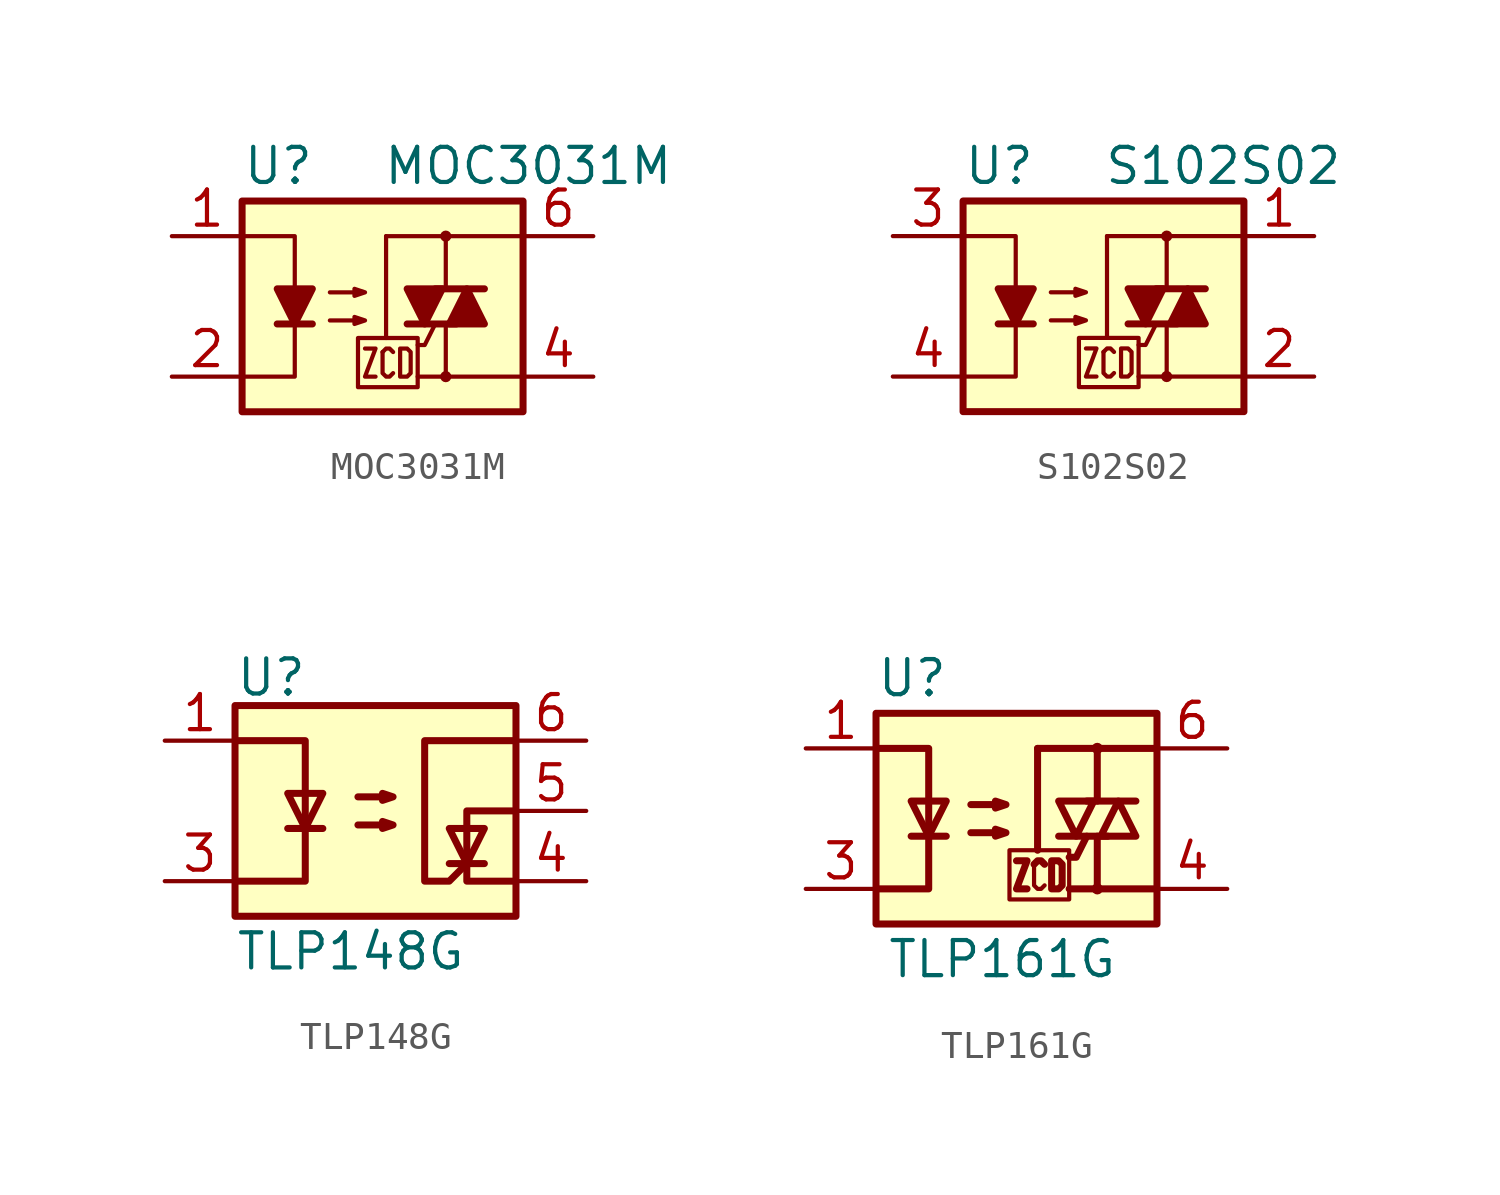
<source format=kicad_sym>
(kicad_symbol_lib
  (version 20201005)
  (generator kicad_symbol_editor)
  (symbol "MOC3031M"
    (pin_names
      (offset 1.016))
    (property "Reference" "U"
      (at -5.08 5.08 0)
      (effects (font (size 1.27 1.27)) (justify left)))
    (property "Value" "MOC3031M"
      (at 0 5.08 0)
      (effects (font (size 1.27 1.27)) (justify left)))
    (symbol "MOC3031M_0_1"
      (circle (center 2.286 -2.54) (radius 0.127) (stroke (width 0)) (fill (type none)))
      (circle (center 2.286 2.54) (radius 0.127) (stroke (width 0)) (fill (type none)))
      (rectangle (start -5.08 3.81) (end 5.08 -3.81) (stroke (width 0.254)) (fill (type background)))
      (polyline (pts (xy -3.81 -0.635) (xy -2.54 -0.635)) (stroke (width 0.254)) (fill (type none)))
      (polyline (pts (xy 0.127 -1.143) (xy 0.127 2.54)) (stroke (width 0)) (fill (type none)))
      (polyline (pts (xy 0.127 2.54) (xy 2.286 2.54)) (stroke (width 0)) (fill (type none)))
      (polyline (pts (xy 1.905 0.635) (xy 3.683 0.635)) (stroke (width 0.254)) (fill (type none)))
      (polyline (pts (xy 2.286 -2.54) (xy 1.27 -2.54)) (stroke (width 0)) (fill (type none)))
      (polyline (pts (xy 2.286 -2.54) (xy 2.286 -0.635)) (stroke (width 0)) (fill (type none)))
      (polyline (pts (xy 2.286 -2.54) (xy 5.08 -2.54)) (stroke (width 0)) (fill (type none)))
      (polyline (pts (xy 2.286 2.54) (xy 2.286 0.635)) (stroke (width 0)) (fill (type none)))
      (polyline (pts (xy 2.286 2.54) (xy 5.08 2.54)) (stroke (width 0)) (fill (type none)))
      (polyline (pts (xy 2.667 -0.635) (xy 0.889 -0.635)) (stroke (width 0.254)) (fill (type none)))
      (polyline (pts (xy -5.08 2.54) (xy -3.175 2.54) (xy -3.175 0.635)) (stroke (width 0)) (fill (type none)))
      (polyline (pts (xy -3.175 -0.635) (xy -3.175 -2.54) (xy -5.08 -2.54)) (stroke (width 0)) (fill (type none)))
      (polyline (pts (xy 1.905 -0.635) (xy 1.524 -1.397) (xy 1.27 -1.397)) (stroke (width 0)) (fill (type none)))
      (polyline (pts (xy -3.175 -0.635) (xy -3.81 0.635) (xy -2.54 0.635) (xy -3.175 -0.635)) (stroke (width 0.254)) (fill (type outline)))
      (polyline (pts (xy -0.635 -1.524) (xy -0.254 -1.524) (xy -0.635 -2.54) (xy -0.254 -2.54)) (stroke (width 0)) (fill (type none)))
      (polyline (pts (xy 0 -1.651) (xy 0.127 -1.524) (xy 0.254 -1.524) (xy 0.381 -1.651)) (stroke (width 0)) (fill (type none)))
      (polyline (pts (xy 1.524 -0.635) (xy 2.159 0.635) (xy 0.889 0.635) (xy 1.524 -0.635)) (stroke (width 0.254)) (fill (type outline)))
      (polyline (pts (xy 3.048 0.635) (xy 2.413 -0.635) (xy 3.683 -0.635) (xy 3.048 0.635)) (stroke (width 0.254)) (fill (type outline)))
      (polyline (pts (xy -1.905 -0.508) (xy -0.635 -0.508) (xy -1.016 -0.635) (xy -1.016 -0.381) (xy -0.635 -0.508)) (stroke (width 0)) (fill (type none)))
      (polyline (pts (xy -1.905 0.508) (xy -0.635 0.508) (xy -1.016 0.381) (xy -1.016 0.635) (xy -0.635 0.508)) (stroke (width 0)) (fill (type none)))
      (polyline (pts (xy -0.889 -1.143) (xy -0.889 -2.921) (xy 1.27 -2.921) (xy 1.27 -1.143) (xy -0.889 -1.143)) (stroke (width 0)) (fill (type none)))
      (polyline (pts (xy 0.381 -2.413) (xy 0.254 -2.54) (xy 0.127 -2.54) (xy 0 -2.413) (xy 0 -1.651)) (stroke (width 0)) (fill (type none)))
      (polyline (pts (xy 0.635 -1.524) (xy 0.635 -2.54) (xy 0.889 -2.54) (xy 1.016 -2.413) (xy 1.016 -1.651) (xy 0.889 -1.524) (xy 0.635 -1.524)) (stroke (width 0)) (fill (type none))))
    (symbol "MOC3031M_1_1"
      (pin passive line (at -7.62 2.54 0) (length 2.54) (name "~" (effects (font (size 1.27 1.27)))) (number "1" (effects (font (size 1.27 1.27)))))
      (pin passive line (at -7.62 -2.54 0) (length 2.54) (name "~" (effects (font (size 1.27 1.27)))) (number "2" (effects (font (size 1.27 1.27)))))
      (pin no_connect line (at -7.62 0 0) (length 2.54) hide (name "NC" (effects (font (size 1.27 1.27)))) (number "3" (effects (font (size 1.27 1.27)))))
      (pin passive line (at 7.62 -2.54 180) (length 2.54) (name "~" (effects (font (size 1.27 1.27)))) (number "4" (effects (font (size 1.27 1.27)))))
      (pin no_connect line (at 7.62 0 180) (length 2.54) hide (name "NC" (effects (font (size 1.27 1.27)))) (number "5" (effects (font (size 1.27 1.27)))))
      (pin passive line (at 7.62 2.54 180) (length 2.54) (name "~" (effects (font (size 1.27 1.27)))) (number "6" (effects (font (size 1.27 1.27)))))))
  (symbol "S102S02"
    (pin_names
      (offset 1.016))
    (property "Reference" "U"
      (at -5.08 5.08 0)
      (effects (font (size 1.27 1.27)) (justify left)))
    (property "Value" "S102S02"
      (at 0 5.08 0)
      (effects (font (size 1.27 1.27)) (justify left)))
    (symbol "S102S02_0_1"
      (circle (center 2.286 -2.54) (radius 0.127) (stroke (width 0)) (fill (type none)))
      (circle (center 2.286 2.54) (radius 0.127) (stroke (width 0)) (fill (type none)))
      (rectangle (start -5.08 3.81) (end 5.08 -3.81) (stroke (width 0.254)) (fill (type background)))
      (polyline (pts (xy -3.81 -0.635) (xy -2.54 -0.635)) (stroke (width 0.254)) (fill (type none)))
      (polyline (pts (xy 0.127 -1.143) (xy 0.127 2.54)) (stroke (width 0)) (fill (type none)))
      (polyline (pts (xy 0.127 2.54) (xy 2.286 2.54)) (stroke (width 0)) (fill (type none)))
      (polyline (pts (xy 1.905 0.635) (xy 3.683 0.635)) (stroke (width 0.254)) (fill (type none)))
      (polyline (pts (xy 2.286 -2.54) (xy 1.27 -2.54)) (stroke (width 0)) (fill (type none)))
      (polyline (pts (xy 2.286 -2.54) (xy 2.286 -0.635)) (stroke (width 0)) (fill (type none)))
      (polyline (pts (xy 2.286 -2.54) (xy 5.08 -2.54)) (stroke (width 0)) (fill (type none)))
      (polyline (pts (xy 2.286 2.54) (xy 2.286 0.635)) (stroke (width 0)) (fill (type none)))
      (polyline (pts (xy 2.286 2.54) (xy 5.08 2.54)) (stroke (width 0)) (fill (type none)))
      (polyline (pts (xy 2.667 -0.635) (xy 0.889 -0.635)) (stroke (width 0.254)) (fill (type none)))
      (polyline (pts (xy -5.08 2.54) (xy -3.175 2.54) (xy -3.175 0.635)) (stroke (width 0)) (fill (type none)))
      (polyline (pts (xy -3.175 -0.635) (xy -3.175 -2.54) (xy -5.08 -2.54)) (stroke (width 0)) (fill (type none)))
      (polyline (pts (xy 1.905 -0.635) (xy 1.524 -1.397) (xy 1.27 -1.397)) (stroke (width 0)) (fill (type none)))
      (polyline (pts (xy -3.175 -0.635) (xy -3.81 0.635) (xy -2.54 0.635) (xy -3.175 -0.635)) (stroke (width 0.254)) (fill (type outline)))
      (polyline (pts (xy -0.635 -1.524) (xy -0.254 -1.524) (xy -0.635 -2.54) (xy -0.254 -2.54)) (stroke (width 0)) (fill (type none)))
      (polyline (pts (xy 0 -1.651) (xy 0.127 -1.524) (xy 0.254 -1.524) (xy 0.381 -1.651)) (stroke (width 0)) (fill (type none)))
      (polyline (pts (xy 1.524 -0.635) (xy 2.159 0.635) (xy 0.889 0.635) (xy 1.524 -0.635)) (stroke (width 0.254)) (fill (type outline)))
      (polyline (pts (xy 3.048 0.635) (xy 2.413 -0.635) (xy 3.683 -0.635) (xy 3.048 0.635)) (stroke (width 0.254)) (fill (type outline)))
      (polyline (pts (xy -1.905 -0.508) (xy -0.635 -0.508) (xy -1.016 -0.635) (xy -1.016 -0.381) (xy -0.635 -0.508)) (stroke (width 0)) (fill (type none)))
      (polyline (pts (xy -1.905 0.508) (xy -0.635 0.508) (xy -1.016 0.381) (xy -1.016 0.635) (xy -0.635 0.508)) (stroke (width 0)) (fill (type none)))
      (polyline (pts (xy -0.889 -1.143) (xy -0.889 -2.921) (xy 1.27 -2.921) (xy 1.27 -1.143) (xy -0.889 -1.143)) (stroke (width 0)) (fill (type none)))
      (polyline (pts (xy 0.381 -2.413) (xy 0.254 -2.54) (xy 0.127 -2.54) (xy 0 -2.413) (xy 0 -1.651)) (stroke (width 0)) (fill (type none)))
      (polyline (pts (xy 0.635 -1.524) (xy 0.635 -2.54) (xy 0.889 -2.54) (xy 1.016 -2.413) (xy 1.016 -1.651) (xy 0.889 -1.524) (xy 0.635 -1.524)) (stroke (width 0)) (fill (type none))))
    (symbol "S102S02_1_1"
      (pin passive line (at 7.62 2.54 180) (length 2.54) (name "~" (effects (font (size 1.27 1.27)))) (number "1" (effects (font (size 1.27 1.27)))))
      (pin passive line (at 7.62 -2.54 180) (length 2.54) (name "~" (effects (font (size 1.27 1.27)))) (number "2" (effects (font (size 1.27 1.27)))))
      (pin passive line (at -7.62 2.54 0) (length 2.54) (name "~" (effects (font (size 1.27 1.27)))) (number "3" (effects (font (size 1.27 1.27)))))
      (pin passive line (at -7.62 -2.54 0) (length 2.54) (name "~" (effects (font (size 1.27 1.27)))) (number "4" (effects (font (size 1.27 1.27)))))))
  (symbol "TLP148G"
    (pin_names
      (offset 1.016))
    (property "Reference" "U"
      (at -5.08 4.826 0)
      (effects (font (size 1.27 1.27)) (justify left)))
    (property "Value" "TLP148G"
      (at -5.08 -5.08 0)
      (effects (font (size 1.27 1.27)) (justify left)))
    (symbol "TLP148G_0_1"
      (rectangle (start -5.08 3.81) (end 5.08 -3.81) (stroke (width 0.254)) (fill (type background)))
      (polyline (pts (xy -3.175 -0.635) (xy -1.905 -0.635)) (stroke (width 0.254)) (fill (type none)))
      (polyline (pts (xy 2.667 -1.905) (xy 3.937 -1.905)) (stroke (width 0.254)) (fill (type none)))
      (polyline (pts (xy -5.08 2.54) (xy -2.54 2.54) (xy -2.54 -2.54) (xy -5.08 -2.54)) (stroke (width 0.254)) (fill (type none)))
      (polyline (pts (xy -2.54 -0.635) (xy -3.175 0.635) (xy -1.905 0.635) (xy -2.54 -0.635)) (stroke (width 0.254)) (fill (type none)))
      (polyline (pts (xy 3.302 -1.905) (xy 2.667 -0.635) (xy 3.937 -0.635) (xy 3.302 -1.905)) (stroke (width 0.254)) (fill (type none)))
      (polyline (pts (xy 5.08 0) (xy 3.302 0) (xy 3.302 -2.54) (xy 5.08 -2.54)) (stroke (width 0.254)) (fill (type none)))
      (polyline (pts (xy -0.635 -0.508) (xy 0.635 -0.508) (xy 0.254 -0.635) (xy 0.254 -0.381) (xy 0.635 -0.508)) (stroke (width 0.254)) (fill (type none)))
      (polyline (pts (xy -0.635 0.508) (xy 0.635 0.508) (xy 0.254 0.381) (xy 0.254 0.635) (xy 0.635 0.508)) (stroke (width 0.254)) (fill (type none)))
      (polyline (pts (xy 5.08 2.54) (xy 1.778 2.54) (xy 1.778 -2.54) (xy 2.667 -2.54) (xy 3.302 -1.905)) (stroke (width 0.254)) (fill (type none))))
    (symbol "TLP148G_1_1"
      (pin passive line (at -7.62 2.54 0) (length 2.54) (name "~" (effects (font (size 1.27 1.27)))) (number "1" (effects (font (size 1.27 1.27)))))
      (pin passive line (at -7.62 -2.54 0) (length 2.54) (name "~" (effects (font (size 1.27 1.27)))) (number "3" (effects (font (size 1.27 1.27)))))
      (pin passive line (at 7.62 -2.54 180) (length 2.54) (name "~" (effects (font (size 1.27 1.27)))) (number "4" (effects (font (size 1.27 1.27)))))
      (pin passive line (at 7.62 0 180) (length 2.54) (name "~" (effects (font (size 1.27 1.27)))) (number "5" (effects (font (size 1.27 1.27)))))
      (pin passive line (at 7.62 2.54 180) (length 2.54) (name "~" (effects (font (size 1.27 1.27)))) (number "6" (effects (font (size 1.27 1.27)))))))
  (symbol "TLP161G"
    (pin_names
      (offset 1.016))
    (property "Reference" "U"
      (at -5.08 5.08 0)
      (effects (font (size 1.27 1.27)) (justify left)))
    (property "Value" "TLP161G"
      (at -4.699 -5.08 0)
      (effects (font (size 1.27 1.27)) (justify left)))
    (symbol "TLP161G_0_1"
      (circle (center 2.921 -2.54) (radius 0.127) (stroke (width 0)) (fill (type none)))
      (circle (center 2.921 2.54) (radius 0.127) (stroke (width 0)) (fill (type none)))
      (rectangle (start -5.08 3.81) (end 5.08 -3.81) (stroke (width 0.254)) (fill (type background)))
      (polyline (pts (xy -3.81 -0.635) (xy -2.54 -0.635)) (stroke (width 0.254)) (fill (type none)))
      (polyline (pts (xy 0.762 -1.143) (xy 0.762 2.54)) (stroke (width 0.254)) (fill (type none)))
      (polyline (pts (xy 0.762 2.54) (xy 2.921 2.54)) (stroke (width 0.254)) (fill (type none)))
      (polyline (pts (xy 2.54 0.635) (xy 4.318 0.635)) (stroke (width 0.254)) (fill (type none)))
      (polyline (pts (xy 2.921 -2.54) (xy 1.905 -2.54)) (stroke (width 0.254)) (fill (type none)))
      (polyline (pts (xy 2.921 -2.54) (xy 2.921 -0.635)) (stroke (width 0.254)) (fill (type none)))
      (polyline (pts (xy 2.921 -2.54) (xy 5.08 -2.54)) (stroke (width 0.254)) (fill (type none)))
      (polyline (pts (xy 2.921 2.54) (xy 2.921 0.635)) (stroke (width 0.254)) (fill (type none)))
      (polyline (pts (xy 2.921 2.54) (xy 5.08 2.54)) (stroke (width 0.254)) (fill (type none)))
      (polyline (pts (xy 3.302 -0.635) (xy 1.524 -0.635)) (stroke (width 0.254)) (fill (type none)))
      (polyline (pts (xy 2.54 -0.635) (xy 2.159 -1.397) (xy 1.905 -1.397)) (stroke (width 0.254)) (fill (type none)))
      (polyline (pts (xy -5.08 -2.54) (xy -3.175 -2.54) (xy -3.175 2.54) (xy -5.08 2.54)) (stroke (width 0.254)) (fill (type none)))
      (polyline (pts (xy -3.175 -0.635) (xy -3.81 0.635) (xy -2.54 0.635) (xy -3.175 -0.635)) (stroke (width 0.254)) (fill (type none)))
      (polyline (pts (xy 0 -1.524) (xy 0.381 -1.524) (xy 0 -2.54) (xy 0.381 -2.54)) (stroke (width 0.254)) (fill (type none)))
      (polyline (pts (xy 0.635 -1.651) (xy 0.762 -1.524) (xy 0.889 -1.524) (xy 1.016 -1.651)) (stroke (width 0.254)) (fill (type none)))
      (polyline (pts (xy 2.159 -0.635) (xy 2.794 0.635) (xy 1.524 0.635) (xy 2.159 -0.635)) (stroke (width 0.254)) (fill (type none)))
      (polyline (pts (xy 3.683 0.635) (xy 3.048 -0.635) (xy 4.318 -0.635) (xy 3.683 0.635)) (stroke (width 0.254)) (fill (type none)))
      (polyline (pts (xy -1.651 -0.508) (xy -0.381 -0.508) (xy -0.762 -0.635) (xy -0.762 -0.381) (xy -0.381 -0.508)) (stroke (width 0.254)) (fill (type none)))
      (polyline (pts (xy -1.651 0.508) (xy -0.381 0.508) (xy -0.762 0.381) (xy -0.762 0.635) (xy -0.381 0.508)) (stroke (width 0.254)) (fill (type none)))
      (polyline (pts (xy -0.254 -1.143) (xy -0.254 -2.921) (xy 1.905 -2.921) (xy 1.905 -1.143) (xy -0.254 -1.143)) (stroke (width 0)) (fill (type none)))
      (polyline (pts (xy 1.016 -2.413) (xy 0.889 -2.54) (xy 0.762 -2.54) (xy 0.635 -2.413) (xy 0.635 -1.651)) (stroke (width 0)) (fill (type none)))
      (polyline (pts (xy 1.27 -1.524) (xy 1.27 -2.54) (xy 1.524 -2.54) (xy 1.651 -2.413) (xy 1.651 -1.651) (xy 1.524 -1.524) (xy 1.27 -1.524)) (stroke (width 0.254)) (fill (type none))))
    (symbol "TLP161G_1_1"
      (pin passive line (at -7.62 2.54 0) (length 2.54) (name "~" (effects (font (size 1.27 1.27)))) (number "1" (effects (font (size 1.27 1.27)))))
      (pin passive line (at -7.62 -2.54 0) (length 2.54) (name "~" (effects (font (size 1.27 1.27)))) (number "3" (effects (font (size 1.27 1.27)))))
      (pin passive line (at 7.62 -2.54 180) (length 2.54) (name "~" (effects (font (size 1.27 1.27)))) (number "4" (effects (font (size 1.27 1.27)))))
      (pin passive line (at 7.62 2.54 180) (length 2.54) (name "~" (effects (font (size 1.27 1.27)))) (number "6" (effects (font (size 1.27 1.27))))))))
</source>
